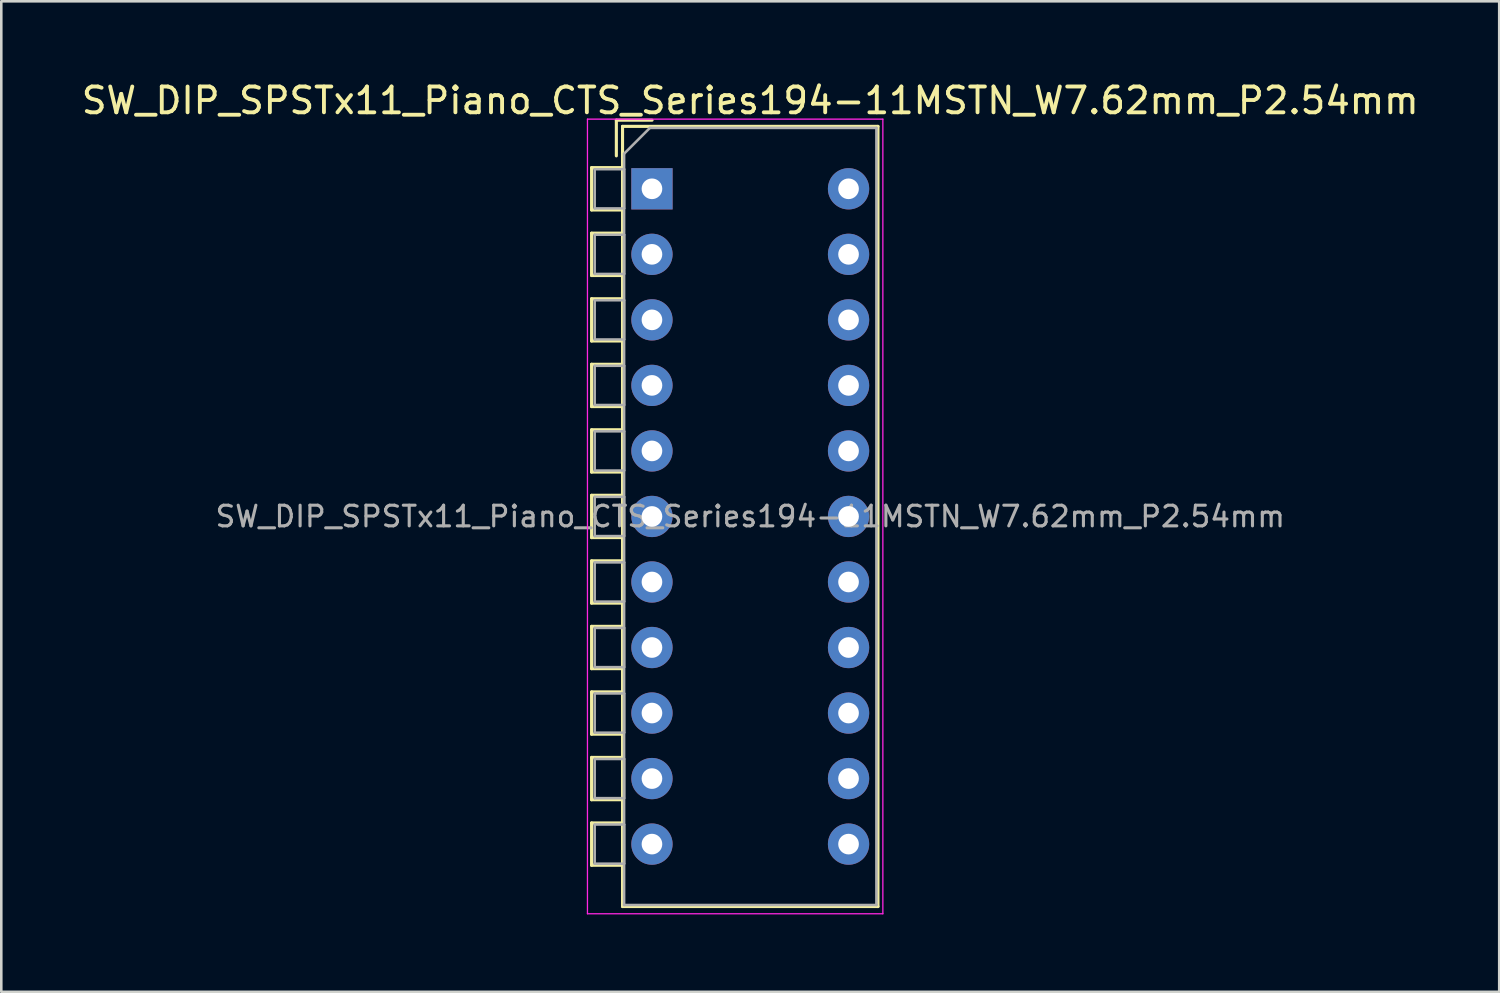
<source format=kicad_pcb>
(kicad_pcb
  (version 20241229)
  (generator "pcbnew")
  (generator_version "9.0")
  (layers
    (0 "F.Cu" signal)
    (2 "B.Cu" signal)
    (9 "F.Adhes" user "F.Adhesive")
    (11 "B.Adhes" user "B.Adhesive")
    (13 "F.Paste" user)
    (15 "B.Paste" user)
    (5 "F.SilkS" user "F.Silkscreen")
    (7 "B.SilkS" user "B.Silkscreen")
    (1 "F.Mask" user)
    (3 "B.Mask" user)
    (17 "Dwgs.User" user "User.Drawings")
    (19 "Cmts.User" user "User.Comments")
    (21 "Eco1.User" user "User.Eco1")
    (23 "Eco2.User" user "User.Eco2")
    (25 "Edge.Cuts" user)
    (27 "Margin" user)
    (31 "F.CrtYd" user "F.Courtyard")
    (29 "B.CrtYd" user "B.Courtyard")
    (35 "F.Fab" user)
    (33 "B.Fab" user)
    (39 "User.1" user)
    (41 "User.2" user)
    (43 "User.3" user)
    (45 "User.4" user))
  (footprint "SW_DIP_SPSTx11_Piano_CTS_Series194-11MSTN_W7.62mm_P2.54mm"
    (layer "F.Cu")
    (at 22.22 4.268)
    (property "Reference" "SW_DIP_SPSTx11_Piano_CTS_Series194-11MSTN_W7.62mm_P2.54mm" (at 3.81 -3.42 0) (layer "F.SilkS") (effects (font (size 1 1) (thickness 0.15))))
    (attr through_hole)
    (fp_line (start -2.34 -0.82) (end -2.34 0.82) (stroke (width 0.12) (type solid)) (layer "F.SilkS"))
    (fp_line (start -2.34 -0.82) (end -1.14 -0.82) (stroke (width 0.12) (type solid)) (layer "F.SilkS"))
    (fp_line (start -2.34 0.82) (end -1.14 0.82) (stroke (width 0.12) (type solid)) (layer "F.SilkS"))
    (fp_line (start -2.34 1.72) (end -2.34 3.361) (stroke (width 0.12) (type solid)) (layer "F.SilkS"))
    (fp_line (start -2.34 1.72) (end -1.14 1.72) (stroke (width 0.12) (type solid)) (layer "F.SilkS"))
    (fp_line (start -2.34 3.361) (end -1.14 3.361) (stroke (width 0.12) (type solid)) (layer "F.SilkS"))
    (fp_line (start -2.34 4.261) (end -2.34 5.9) (stroke (width 0.12) (type solid)) (layer "F.SilkS"))
    (fp_line (start -2.34 4.261) (end -1.14 4.261) (stroke (width 0.12) (type solid)) (layer "F.SilkS"))
    (fp_line (start -2.34 5.9) (end -1.14 5.9) (stroke (width 0.12) (type solid)) (layer "F.SilkS"))
    (fp_line (start -2.34 6.801) (end -2.34 8.441) (stroke (width 0.12) (type solid)) (layer "F.SilkS"))
    (fp_line (start -2.34 6.801) (end -1.14 6.801) (stroke (width 0.12) (type solid)) (layer "F.SilkS"))
    (fp_line (start -2.34 8.441) (end -1.14 8.441) (stroke (width 0.12) (type solid)) (layer "F.SilkS"))
    (fp_line (start -2.34 9.34) (end -2.34 10.98) (stroke (width 0.12) (type solid)) (layer "F.SilkS"))
    (fp_line (start -2.34 9.34) (end -1.14 9.34) (stroke (width 0.12) (type solid)) (layer "F.SilkS"))
    (fp_line (start -2.34 10.98) (end -1.14 10.98) (stroke (width 0.12) (type solid)) (layer "F.SilkS"))
    (fp_line (start -2.34 11.88) (end -2.34 13.52) (stroke (width 0.12) (type solid)) (layer "F.SilkS"))
    (fp_line (start -2.34 11.88) (end -1.14 11.88) (stroke (width 0.12) (type solid)) (layer "F.SilkS"))
    (fp_line (start -2.34 13.52) (end -1.14 13.52) (stroke (width 0.12) (type solid)) (layer "F.SilkS"))
    (fp_line (start -2.34 14.42) (end -2.34 16.06) (stroke (width 0.12) (type solid)) (layer "F.SilkS"))
    (fp_line (start -2.34 14.42) (end -1.14 14.42) (stroke (width 0.12) (type solid)) (layer "F.SilkS"))
    (fp_line (start -2.34 16.06) (end -1.14 16.06) (stroke (width 0.12) (type solid)) (layer "F.SilkS"))
    (fp_line (start -2.34 16.96) (end -2.34 18.6) (stroke (width 0.12) (type solid)) (layer "F.SilkS"))
    (fp_line (start -2.34 16.96) (end -1.14 16.96) (stroke (width 0.12) (type solid)) (layer "F.SilkS"))
    (fp_line (start -2.34 18.6) (end -1.14 18.6) (stroke (width 0.12) (type solid)) (layer "F.SilkS"))
    (fp_line (start -2.34 19.5) (end -2.34 21.14) (stroke (width 0.12) (type solid)) (layer "F.SilkS"))
    (fp_line (start -2.34 19.5) (end -1.14 19.5) (stroke (width 0.12) (type solid)) (layer "F.SilkS"))
    (fp_line (start -2.34 21.14) (end -1.14 21.14) (stroke (width 0.12) (type solid)) (layer "F.SilkS"))
    (fp_line (start -2.34 22.04) (end -2.34 23.68) (stroke (width 0.12) (type solid)) (layer "F.SilkS"))
    (fp_line (start -2.34 22.04) (end -1.14 22.04) (stroke (width 0.12) (type solid)) (layer "F.SilkS"))
    (fp_line (start -2.34 23.68) (end -1.14 23.68) (stroke (width 0.12) (type solid)) (layer "F.SilkS"))
    (fp_line (start -2.34 24.58) (end -2.34 26.22) (stroke (width 0.12) (type solid)) (layer "F.SilkS"))
    (fp_line (start -2.34 24.58) (end -1.14 24.58) (stroke (width 0.12) (type solid)) (layer "F.SilkS"))
    (fp_line (start -2.34 26.22) (end -1.14 26.22) (stroke (width 0.12) (type solid)) (layer "F.SilkS"))
    (fp_line (start -1.38 -2.66) (end -1.38 -1.277) (stroke (width 0.12) (type solid)) (layer "F.SilkS"))
    (fp_line (start -1.38 -2.66) (end 0.004 -2.66) (stroke (width 0.12) (type solid)) (layer "F.SilkS"))
    (fp_line (start -1.14 -2.42) (end -1.14 27.82) (stroke (width 0.12) (type solid)) (layer "F.SilkS"))
    (fp_line (start -1.14 -2.42) (end 8.76 -2.42) (stroke (width 0.12) (type solid)) (layer "F.SilkS"))
    (fp_line (start -1.14 -0.82) (end -1.14 0.82) (stroke (width 0.12) (type solid)) (layer "F.SilkS"))
    (fp_line (start -1.14 1.72) (end -1.14 3.361) (stroke (width 0.12) (type solid)) (layer "F.SilkS"))
    (fp_line (start -1.14 4.261) (end -1.14 5.9) (stroke (width 0.12) (type solid)) (layer "F.SilkS"))
    (fp_line (start -1.14 6.801) (end -1.14 8.441) (stroke (width 0.12) (type solid)) (layer "F.SilkS"))
    (fp_line (start -1.14 9.34) (end -1.14 10.98) (stroke (width 0.12) (type solid)) (layer "F.SilkS"))
    (fp_line (start -1.14 11.88) (end -1.14 13.52) (stroke (width 0.12) (type solid)) (layer "F.SilkS"))
    (fp_line (start -1.14 14.42) (end -1.14 16.06) (stroke (width 0.12) (type solid)) (layer "F.SilkS"))
    (fp_line (start -1.14 16.96) (end -1.14 18.6) (stroke (width 0.12) (type solid)) (layer "F.SilkS"))
    (fp_line (start -1.14 19.5) (end -1.14 21.14) (stroke (width 0.12) (type solid)) (layer "F.SilkS"))
    (fp_line (start -1.14 22.04) (end -1.14 23.68) (stroke (width 0.12) (type solid)) (layer "F.SilkS"))
    (fp_line (start -1.14 24.58) (end -1.14 26.22) (stroke (width 0.12) (type solid)) (layer "F.SilkS"))
    (fp_line (start -1.14 27.82) (end 8.76 27.82) (stroke (width 0.12) (type solid)) (layer "F.SilkS"))
    (fp_line (start 8.76 -2.42) (end 8.76 27.82) (stroke (width 0.12) (type solid)) (layer "F.SilkS"))
    (fp_line (start -2.5 -2.7) (end -2.5 28.1) (stroke (width 0.05) (type solid)) (layer "F.CrtYd"))
    (fp_line (start -2.5 28.1) (end 8.95 28.1) (stroke (width 0.05) (type solid)) (layer "F.CrtYd"))
    (fp_line (start 8.95 -2.7) (end -2.5 -2.7) (stroke (width 0.05) (type solid)) (layer "F.CrtYd"))
    (fp_line (start 8.95 28.1) (end 8.95 -2.7) (stroke (width 0.05) (type solid)) (layer "F.CrtYd"))
    (fp_line (start -2.22 -0.76) (end -1.08 -0.76) (stroke (width 0.1) (type solid)) (layer "F.Fab"))
    (fp_line (start -2.22 0.76) (end -2.22 -0.76) (stroke (width 0.1) (type solid)) (layer "F.Fab"))
    (fp_line (start -2.22 1.78) (end -1.08 1.78) (stroke (width 0.1) (type solid)) (layer "F.Fab"))
    (fp_line (start -2.22 3.3) (end -2.22 1.78) (stroke (width 0.1) (type solid)) (layer "F.Fab"))
    (fp_line (start -2.22 4.32) (end -1.08 4.32) (stroke (width 0.1) (type solid)) (layer "F.Fab"))
    (fp_line (start -2.22 5.84) (end -2.22 4.32) (stroke (width 0.1) (type solid)) (layer "F.Fab"))
    (fp_line (start -2.22 6.86) (end -1.08 6.86) (stroke (width 0.1) (type solid)) (layer "F.Fab"))
    (fp_line (start -2.22 8.38) (end -2.22 6.86) (stroke (width 0.1) (type solid)) (layer "F.Fab"))
    (fp_line (start -2.22 9.4) (end -1.08 9.4) (stroke (width 0.1) (type solid)) (layer "F.Fab"))
    (fp_line (start -2.22 10.92) (end -2.22 9.4) (stroke (width 0.1) (type solid)) (layer "F.Fab"))
    (fp_line (start -2.22 11.94) (end -1.08 11.94) (stroke (width 0.1) (type solid)) (layer "F.Fab"))
    (fp_line (start -2.22 13.46) (end -2.22 11.94) (stroke (width 0.1) (type solid)) (layer "F.Fab"))
    (fp_line (start -2.22 14.48) (end -1.08 14.48) (stroke (width 0.1) (type solid)) (layer "F.Fab"))
    (fp_line (start -2.22 16) (end -2.22 14.48) (stroke (width 0.1) (type solid)) (layer "F.Fab"))
    (fp_line (start -2.22 17.02) (end -1.08 17.02) (stroke (width 0.1) (type solid)) (layer "F.Fab"))
    (fp_line (start -2.22 18.54) (end -2.22 17.02) (stroke (width 0.1) (type solid)) (layer "F.Fab"))
    (fp_line (start -2.22 19.56) (end -1.08 19.56) (stroke (width 0.1) (type solid)) (layer "F.Fab"))
    (fp_line (start -2.22 21.08) (end -2.22 19.56) (stroke (width 0.1) (type solid)) (layer "F.Fab"))
    (fp_line (start -2.22 22.1) (end -1.08 22.1) (stroke (width 0.1) (type solid)) (layer "F.Fab"))
    (fp_line (start -2.22 23.62) (end -2.22 22.1) (stroke (width 0.1) (type solid)) (layer "F.Fab"))
    (fp_line (start -2.22 24.64) (end -1.08 24.64) (stroke (width 0.1) (type solid)) (layer "F.Fab"))
    (fp_line (start -2.22 26.16) (end -2.22 24.64) (stroke (width 0.1) (type solid)) (layer "F.Fab"))
    (fp_line (start -1.08 -1.36) (end -0.08 -2.36) (stroke (width 0.1) (type solid)) (layer "F.Fab"))
    (fp_line (start -1.08 -0.76) (end -1.08 0.76) (stroke (width 0.1) (type solid)) (layer "F.Fab"))
    (fp_line (start -1.08 0.76) (end -2.22 0.76) (stroke (width 0.1) (type solid)) (layer "F.Fab"))
    (fp_line (start -1.08 1.78) (end -1.08 3.3) (stroke (width 0.1) (type solid)) (layer "F.Fab"))
    (fp_line (start -1.08 3.3) (end -2.22 3.3) (stroke (width 0.1) (type solid)) (layer "F.Fab"))
    (fp_line (start -1.08 4.32) (end -1.08 5.84) (stroke (width 0.1) (type solid)) (layer "F.Fab"))
    (fp_line (start -1.08 5.84) (end -2.22 5.84) (stroke (width 0.1) (type solid)) (layer "F.Fab"))
    (fp_line (start -1.08 6.86) (end -1.08 8.38) (stroke (width 0.1) (type solid)) (layer "F.Fab"))
    (fp_line (start -1.08 8.38) (end -2.22 8.38) (stroke (width 0.1) (type solid)) (layer "F.Fab"))
    (fp_line (start -1.08 9.4) (end -1.08 10.92) (stroke (width 0.1) (type solid)) (layer "F.Fab"))
    (fp_line (start -1.08 10.92) (end -2.22 10.92) (stroke (width 0.1) (type solid)) (layer "F.Fab"))
    (fp_line (start -1.08 11.94) (end -1.08 13.46) (stroke (width 0.1) (type solid)) (layer "F.Fab"))
    (fp_line (start -1.08 13.46) (end -2.22 13.46) (stroke (width 0.1) (type solid)) (layer "F.Fab"))
    (fp_line (start -1.08 14.48) (end -1.08 16) (stroke (width 0.1) (type solid)) (layer "F.Fab"))
    (fp_line (start -1.08 16) (end -2.22 16) (stroke (width 0.1) (type solid)) (layer "F.Fab"))
    (fp_line (start -1.08 17.02) (end -1.08 18.54) (stroke (width 0.1) (type solid)) (layer "F.Fab"))
    (fp_line (start -1.08 18.54) (end -2.22 18.54) (stroke (width 0.1) (type solid)) (layer "F.Fab"))
    (fp_line (start -1.08 19.56) (end -1.08 21.08) (stroke (width 0.1) (type solid)) (layer "F.Fab"))
    (fp_line (start -1.08 21.08) (end -2.22 21.08) (stroke (width 0.1) (type solid)) (layer "F.Fab"))
    (fp_line (start -1.08 22.1) (end -1.08 23.62) (stroke (width 0.1) (type solid)) (layer "F.Fab"))
    (fp_line (start -1.08 23.62) (end -2.22 23.62) (stroke (width 0.1) (type solid)) (layer "F.Fab"))
    (fp_line (start -1.08 24.64) (end -1.08 26.16) (stroke (width 0.1) (type solid)) (layer "F.Fab"))
    (fp_line (start -1.08 26.16) (end -2.22 26.16) (stroke (width 0.1) (type solid)) (layer "F.Fab"))
    (fp_line (start -1.08 27.76) (end -1.08 -1.36) (stroke (width 0.1) (type solid)) (layer "F.Fab"))
    (fp_line (start -0.08 -2.36) (end 8.7 -2.36) (stroke (width 0.1) (type solid)) (layer "F.Fab"))
    (fp_line (start 8.7 -2.36) (end 8.7 27.76) (stroke (width 0.1) (type solid)) (layer "F.Fab"))
    (fp_line (start 8.7 27.76) (end -1.08 27.76) (stroke (width 0.1) (type solid)) (layer "F.Fab"))
    (fp_text user "${REFERENCE}" (at 3.81 12.7 0) (layer "F.Fab") (effects (font (size 0.8 0.8) (thickness 0.12))))
    (pad "1" thru_hole rect (at 0 0) (size 1.6 1.6) (drill 0.8) (layers "*.Cu" "*.Mask"))
    (pad "2" thru_hole oval (at 0 2.54) (size 1.6 1.6) (drill 0.8) (layers "*.Cu" "*.Mask"))
    (pad "3" thru_hole oval (at 0 5.08) (size 1.6 1.6) (drill 0.8) (layers "*.Cu" "*.Mask"))
    (pad "4" thru_hole oval (at 0 7.62) (size 1.6 1.6) (drill 0.8) (layers "*.Cu" "*.Mask"))
    (pad "5" thru_hole oval (at 0 10.16) (size 1.6 1.6) (drill 0.8) (layers "*.Cu" "*.Mask"))
    (pad "6" thru_hole oval (at 0 12.7) (size 1.6 1.6) (drill 0.8) (layers "*.Cu" "*.Mask"))
    (pad "7" thru_hole oval (at 0 15.24) (size 1.6 1.6) (drill 0.8) (layers "*.Cu" "*.Mask"))
    (pad "8" thru_hole oval (at 0 17.78) (size 1.6 1.6) (drill 0.8) (layers "*.Cu" "*.Mask"))
    (pad "9" thru_hole oval (at 0 20.32) (size 1.6 1.6) (drill 0.8) (layers "*.Cu" "*.Mask"))
    (pad "10" thru_hole oval (at 0 22.86) (size 1.6 1.6) (drill 0.8) (layers "*.Cu" "*.Mask"))
    (pad "11" thru_hole oval (at 0 25.4) (size 1.6 1.6) (drill 0.8) (layers "*.Cu" "*.Mask"))
    (pad "12" thru_hole oval (at 7.62 25.4) (size 1.6 1.6) (drill 0.8) (layers "*.Cu" "*.Mask"))
    (pad "13" thru_hole oval (at 7.62 22.86) (size 1.6 1.6) (drill 0.8) (layers "*.Cu" "*.Mask"))
    (pad "14" thru_hole oval (at 7.62 20.32) (size 1.6 1.6) (drill 0.8) (layers "*.Cu" "*.Mask"))
    (pad "15" thru_hole oval (at 7.62 17.78) (size 1.6 1.6) (drill 0.8) (layers "*.Cu" "*.Mask"))
    (pad "16" thru_hole oval (at 7.62 15.24) (size 1.6 1.6) (drill 0.8) (layers "*.Cu" "*.Mask"))
    (pad "17" thru_hole oval (at 7.62 12.7) (size 1.6 1.6) (drill 0.8) (layers "*.Cu" "*.Mask"))
    (pad "18" thru_hole oval (at 7.62 10.16) (size 1.6 1.6) (drill 0.8) (layers "*.Cu" "*.Mask"))
    (pad "19" thru_hole oval (at 7.62 7.62) (size 1.6 1.6) (drill 0.8) (layers "*.Cu" "*.Mask"))
    (pad "20" thru_hole oval (at 7.62 5.08) (size 1.6 1.6) (drill 0.8) (layers "*.Cu" "*.Mask"))
    (pad "21" thru_hole oval (at 7.62 2.54) (size 1.6 1.6) (drill 0.8) (layers "*.Cu" "*.Mask"))
    (pad "22" thru_hole oval (at 7.62 0) (size 1.6 1.6) (drill 0.8) (layers "*.Cu" "*.Mask")))
  (gr_rect
    (start -3 -3)
    (end 55.06 35.393)
    (stroke (width 0.1) (type default))
    (fill no)
    (layer "Edge.Cuts")))
</source>
